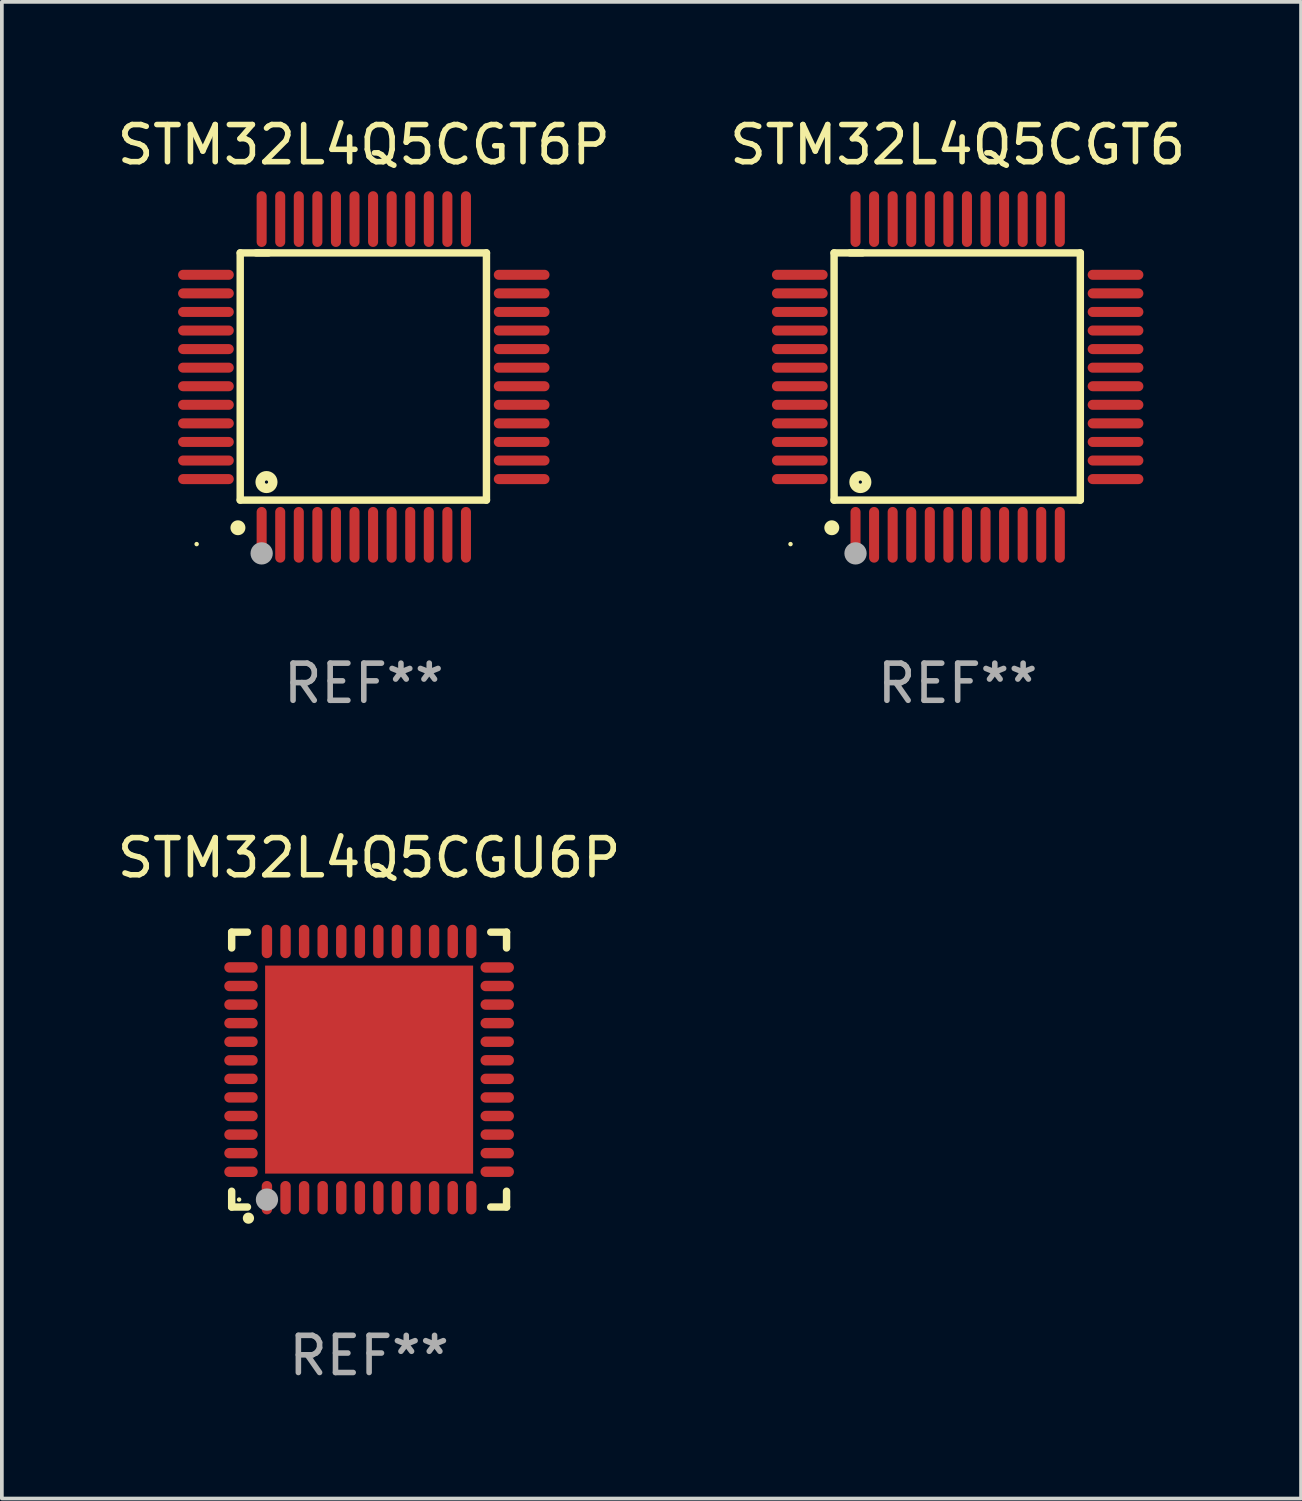
<source format=kicad_pcb>
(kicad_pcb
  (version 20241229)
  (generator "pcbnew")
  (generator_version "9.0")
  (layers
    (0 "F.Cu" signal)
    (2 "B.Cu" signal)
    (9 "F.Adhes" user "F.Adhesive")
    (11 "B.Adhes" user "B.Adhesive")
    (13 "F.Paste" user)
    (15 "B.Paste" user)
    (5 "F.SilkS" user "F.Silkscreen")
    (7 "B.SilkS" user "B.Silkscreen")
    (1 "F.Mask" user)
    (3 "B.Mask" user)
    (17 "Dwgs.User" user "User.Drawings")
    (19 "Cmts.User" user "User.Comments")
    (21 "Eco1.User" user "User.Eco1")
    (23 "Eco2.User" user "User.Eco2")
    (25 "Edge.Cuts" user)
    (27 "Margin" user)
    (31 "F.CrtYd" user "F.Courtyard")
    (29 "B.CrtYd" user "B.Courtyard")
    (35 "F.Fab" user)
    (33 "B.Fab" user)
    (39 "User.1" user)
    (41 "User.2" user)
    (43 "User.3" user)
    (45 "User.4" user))
  (footprint "STM32L4Q5CGT6"
    (layer "F.Cu")
    (at 22.732 7.098)
    (property "Reference" "STM32L4Q5CGT6" (at 0 -6.25 0) (layer "F.SilkS") (effects (font (size 1 1) (thickness 0.15))))
    (attr through_hole)
    (fp_line (start -3.327 -3.34) (end -2.565 -3.34) (stroke (width 0.2) (type solid)) (layer "F.SilkS"))
    (fp_line (start -3.327 3.315) (end -3.327 -3.34) (stroke (width 0.2) (type solid)) (layer "F.SilkS"))
    (fp_line (start -2.896 -3.34) (end 3.302 -3.34) (stroke (width 0.2) (type solid)) (layer "F.SilkS"))
    (fp_line (start 3.302 -3.34) (end 3.302 3.315) (stroke (width 0.2) (type solid)) (layer "F.SilkS"))
    (fp_line (start 3.302 3.315) (end -3.327 3.315) (stroke (width 0.2) (type solid)) (layer "F.SilkS"))
    (fp_arc (start -3.389992 4.059995) (mid -3.388722 4.059991) (end -3.387452 4.059995) (stroke (width 0.4) (type solid)) (layer "F.SilkS"))
    (fp_circle (center -4.5 4.5) (end -4.47 4.5) (stroke (width 0.06) (type solid)) (fill no) (layer "F.SilkS"))
    (fp_circle (center -2.62 2.83) (end -2.45 2.83) (stroke (width 0.254) (type solid)) (fill no) (layer "F.SilkS"))
    (fp_circle (center -2.75 4.75) (end -2.6 4.75) (stroke (width 0.3) (type solid)) (fill no) (layer "F.Fab"))
    (fp_text user "REF**" (at 0 8.25 0) (layer "F.Fab") (effects (font (size 1 1) (thickness 0.15))))
    (pad "1" smd oval (at -2.75 4.25) (size 0.27 1.5) (layers "F.Cu" "F.Mask" "F.Paste"))
    (pad "2" smd oval (at -2.25 4.25) (size 0.27 1.5) (layers "F.Cu" "F.Mask" "F.Paste"))
    (pad "3" smd oval (at -1.75 4.25) (size 0.27 1.5) (layers "F.Cu" "F.Mask" "F.Paste"))
    (pad "4" smd oval (at -1.25 4.25) (size 0.27 1.5) (layers "F.Cu" "F.Mask" "F.Paste"))
    (pad "5" smd oval (at -0.75 4.25) (size 0.27 1.5) (layers "F.Cu" "F.Mask" "F.Paste"))
    (pad "6" smd oval (at -0.25 4.25) (size 0.27 1.5) (layers "F.Cu" "F.Mask" "F.Paste"))
    (pad "7" smd oval (at 0.25 4.25) (size 0.27 1.5) (layers "F.Cu" "F.Mask" "F.Paste"))
    (pad "8" smd oval (at 0.75 4.25) (size 0.27 1.5) (layers "F.Cu" "F.Mask" "F.Paste"))
    (pad "9" smd oval (at 1.25 4.25) (size 0.27 1.5) (layers "F.Cu" "F.Mask" "F.Paste"))
    (pad "10" smd oval (at 1.75 4.25) (size 0.27 1.5) (layers "F.Cu" "F.Mask" "F.Paste"))
    (pad "11" smd oval (at 2.25 4.25) (size 0.27 1.5) (layers "F.Cu" "F.Mask" "F.Paste"))
    (pad "12" smd oval (at 2.75 4.25) (size 0.27 1.5) (layers "F.Cu" "F.Mask" "F.Paste"))
    (pad "13" smd oval (at 4.25 2.75) (size 1.5 0.27) (layers "F.Cu" "F.Mask" "F.Paste"))
    (pad "14" smd oval (at 4.25 2.25) (size 1.5 0.27) (layers "F.Cu" "F.Mask" "F.Paste"))
    (pad "15" smd oval (at 4.25 1.75) (size 1.5 0.27) (layers "F.Cu" "F.Mask" "F.Paste"))
    (pad "16" smd oval (at 4.25 1.25) (size 1.5 0.27) (layers "F.Cu" "F.Mask" "F.Paste"))
    (pad "17" smd oval (at 4.25 0.75) (size 1.5 0.27) (layers "F.Cu" "F.Mask" "F.Paste"))
    (pad "18" smd oval (at 4.25 0.25) (size 1.5 0.27) (layers "F.Cu" "F.Mask" "F.Paste"))
    (pad "19" smd oval (at 4.25 -0.25) (size 1.5 0.27) (layers "F.Cu" "F.Mask" "F.Paste"))
    (pad "20" smd oval (at 4.25 -0.75) (size 1.5 0.27) (layers "F.Cu" "F.Mask" "F.Paste"))
    (pad "21" smd oval (at 4.25 -1.25) (size 1.5 0.27) (layers "F.Cu" "F.Mask" "F.Paste"))
    (pad "22" smd oval (at 4.25 -1.75) (size 1.5 0.27) (layers "F.Cu" "F.Mask" "F.Paste"))
    (pad "23" smd oval (at 4.25 -2.25) (size 1.5 0.27) (layers "F.Cu" "F.Mask" "F.Paste"))
    (pad "24" smd oval (at 4.25 -2.75) (size 1.5 0.27) (layers "F.Cu" "F.Mask" "F.Paste"))
    (pad "25" smd oval (at 2.75 -4.25) (size 0.27 1.5) (layers "F.Cu" "F.Mask" "F.Paste"))
    (pad "26" smd oval (at 2.25 -4.25) (size 0.27 1.5) (layers "F.Cu" "F.Mask" "F.Paste"))
    (pad "27" smd oval (at 1.75 -4.25) (size 0.27 1.5) (layers "F.Cu" "F.Mask" "F.Paste"))
    (pad "28" smd oval (at 1.25 -4.25) (size 0.27 1.5) (layers "F.Cu" "F.Mask" "F.Paste"))
    (pad "29" smd oval (at 0.75 -4.25) (size 0.27 1.5) (layers "F.Cu" "F.Mask" "F.Paste"))
    (pad "30" smd oval (at 0.25 -4.25) (size 0.27 1.5) (layers "F.Cu" "F.Mask" "F.Paste"))
    (pad "31" smd oval (at -0.25 -4.25) (size 0.27 1.5) (layers "F.Cu" "F.Mask" "F.Paste"))
    (pad "32" smd oval (at -0.75 -4.25) (size 0.27 1.5) (layers "F.Cu" "F.Mask" "F.Paste"))
    (pad "33" smd oval (at -1.25 -4.25) (size 0.27 1.5) (layers "F.Cu" "F.Mask" "F.Paste"))
    (pad "34" smd oval (at -1.75 -4.25) (size 0.27 1.5) (layers "F.Cu" "F.Mask" "F.Paste"))
    (pad "35" smd oval (at -2.25 -4.25) (size 0.27 1.5) (layers "F.Cu" "F.Mask" "F.Paste"))
    (pad "36" smd oval (at -2.75 -4.25) (size 0.27 1.5) (layers "F.Cu" "F.Mask" "F.Paste"))
    (pad "37" smd oval (at -4.25 -2.75) (size 1.5 0.27) (layers "F.Cu" "F.Mask" "F.Paste"))
    (pad "38" smd oval (at -4.25 -2.25) (size 1.5 0.27) (layers "F.Cu" "F.Mask" "F.Paste"))
    (pad "39" smd oval (at -4.25 -1.75) (size 1.5 0.27) (layers "F.Cu" "F.Mask" "F.Paste"))
    (pad "40" smd oval (at -4.25 -1.25) (size 1.5 0.27) (layers "F.Cu" "F.Mask" "F.Paste"))
    (pad "41" smd oval (at -4.25 -0.75) (size 1.5 0.27) (layers "F.Cu" "F.Mask" "F.Paste"))
    (pad "42" smd oval (at -4.25 -0.25) (size 1.5 0.27) (layers "F.Cu" "F.Mask" "F.Paste"))
    (pad "43" smd oval (at -4.25 0.25) (size 1.5 0.27) (layers "F.Cu" "F.Mask" "F.Paste"))
    (pad "44" smd oval (at -4.25 0.75) (size 1.5 0.27) (layers "F.Cu" "F.Mask" "F.Paste"))
    (pad "45" smd oval (at -4.25 1.25) (size 1.5 0.27) (layers "F.Cu" "F.Mask" "F.Paste"))
    (pad "46" smd oval (at -4.25 1.75) (size 1.5 0.27) (layers "F.Cu" "F.Mask" "F.Paste"))
    (pad "47" smd oval (at -4.25 2.25) (size 1.5 0.27) (layers "F.Cu" "F.Mask" "F.Paste"))
    (pad "48" smd oval (at -4.25 2.75) (size 1.5 0.27) (layers "F.Cu" "F.Mask" "F.Paste")))
  (footprint "STM32L4Q5CGT6P"
    (layer "F.Cu")
    (at 6.744 7.098)
    (property "Reference" "STM32L4Q5CGT6P" (at 0 -6.25 0) (layer "F.SilkS") (effects (font (size 1 1) (thickness 0.15))))
    (attr through_hole)
    (fp_line (start -3.327 -3.34) (end -2.565 -3.34) (stroke (width 0.2) (type solid)) (layer "F.SilkS"))
    (fp_line (start -3.327 3.315) (end -3.327 -3.34) (stroke (width 0.2) (type solid)) (layer "F.SilkS"))
    (fp_line (start -2.896 -3.34) (end 3.302 -3.34) (stroke (width 0.2) (type solid)) (layer "F.SilkS"))
    (fp_line (start 3.302 -3.34) (end 3.302 3.315) (stroke (width 0.2) (type solid)) (layer "F.SilkS"))
    (fp_line (start 3.302 3.315) (end -3.327 3.315) (stroke (width 0.2) (type solid)) (layer "F.SilkS"))
    (fp_arc (start -3.389992 4.059995) (mid -3.388722 4.059991) (end -3.387452 4.059995) (stroke (width 0.4) (type solid)) (layer "F.SilkS"))
    (fp_circle (center -4.5 4.5) (end -4.47 4.5) (stroke (width 0.06) (type solid)) (fill no) (layer "F.SilkS"))
    (fp_circle (center -2.62 2.83) (end -2.45 2.83) (stroke (width 0.254) (type solid)) (fill no) (layer "F.SilkS"))
    (fp_circle (center -2.75 4.75) (end -2.6 4.75) (stroke (width 0.3) (type solid)) (fill no) (layer "F.Fab"))
    (fp_text user "REF**" (at 0 8.25 0) (layer "F.Fab") (effects (font (size 1 1) (thickness 0.15))))
    (pad "1" smd oval (at -2.75 4.25) (size 0.27 1.5) (layers "F.Cu" "F.Mask" "F.Paste"))
    (pad "2" smd oval (at -2.25 4.25) (size 0.27 1.5) (layers "F.Cu" "F.Mask" "F.Paste"))
    (pad "3" smd oval (at -1.75 4.25) (size 0.27 1.5) (layers "F.Cu" "F.Mask" "F.Paste"))
    (pad "4" smd oval (at -1.25 4.25) (size 0.27 1.5) (layers "F.Cu" "F.Mask" "F.Paste"))
    (pad "5" smd oval (at -0.75 4.25) (size 0.27 1.5) (layers "F.Cu" "F.Mask" "F.Paste"))
    (pad "6" smd oval (at -0.25 4.25) (size 0.27 1.5) (layers "F.Cu" "F.Mask" "F.Paste"))
    (pad "7" smd oval (at 0.25 4.25) (size 0.27 1.5) (layers "F.Cu" "F.Mask" "F.Paste"))
    (pad "8" smd oval (at 0.75 4.25) (size 0.27 1.5) (layers "F.Cu" "F.Mask" "F.Paste"))
    (pad "9" smd oval (at 1.25 4.25) (size 0.27 1.5) (layers "F.Cu" "F.Mask" "F.Paste"))
    (pad "10" smd oval (at 1.75 4.25) (size 0.27 1.5) (layers "F.Cu" "F.Mask" "F.Paste"))
    (pad "11" smd oval (at 2.25 4.25) (size 0.27 1.5) (layers "F.Cu" "F.Mask" "F.Paste"))
    (pad "12" smd oval (at 2.75 4.25) (size 0.27 1.5) (layers "F.Cu" "F.Mask" "F.Paste"))
    (pad "13" smd oval (at 4.25 2.75) (size 1.5 0.27) (layers "F.Cu" "F.Mask" "F.Paste"))
    (pad "14" smd oval (at 4.25 2.25) (size 1.5 0.27) (layers "F.Cu" "F.Mask" "F.Paste"))
    (pad "15" smd oval (at 4.25 1.75) (size 1.5 0.27) (layers "F.Cu" "F.Mask" "F.Paste"))
    (pad "16" smd oval (at 4.25 1.25) (size 1.5 0.27) (layers "F.Cu" "F.Mask" "F.Paste"))
    (pad "17" smd oval (at 4.25 0.75) (size 1.5 0.27) (layers "F.Cu" "F.Mask" "F.Paste"))
    (pad "18" smd oval (at 4.25 0.25) (size 1.5 0.27) (layers "F.Cu" "F.Mask" "F.Paste"))
    (pad "19" smd oval (at 4.25 -0.25) (size 1.5 0.27) (layers "F.Cu" "F.Mask" "F.Paste"))
    (pad "20" smd oval (at 4.25 -0.75) (size 1.5 0.27) (layers "F.Cu" "F.Mask" "F.Paste"))
    (pad "21" smd oval (at 4.25 -1.25) (size 1.5 0.27) (layers "F.Cu" "F.Mask" "F.Paste"))
    (pad "22" smd oval (at 4.25 -1.75) (size 1.5 0.27) (layers "F.Cu" "F.Mask" "F.Paste"))
    (pad "23" smd oval (at 4.25 -2.25) (size 1.5 0.27) (layers "F.Cu" "F.Mask" "F.Paste"))
    (pad "24" smd oval (at 4.25 -2.75) (size 1.5 0.27) (layers "F.Cu" "F.Mask" "F.Paste"))
    (pad "25" smd oval (at 2.75 -4.25) (size 0.27 1.5) (layers "F.Cu" "F.Mask" "F.Paste"))
    (pad "26" smd oval (at 2.25 -4.25) (size 0.27 1.5) (layers "F.Cu" "F.Mask" "F.Paste"))
    (pad "27" smd oval (at 1.75 -4.25) (size 0.27 1.5) (layers "F.Cu" "F.Mask" "F.Paste"))
    (pad "28" smd oval (at 1.25 -4.25) (size 0.27 1.5) (layers "F.Cu" "F.Mask" "F.Paste"))
    (pad "29" smd oval (at 0.75 -4.25) (size 0.27 1.5) (layers "F.Cu" "F.Mask" "F.Paste"))
    (pad "30" smd oval (at 0.25 -4.25) (size 0.27 1.5) (layers "F.Cu" "F.Mask" "F.Paste"))
    (pad "31" smd oval (at -0.25 -4.25) (size 0.27 1.5) (layers "F.Cu" "F.Mask" "F.Paste"))
    (pad "32" smd oval (at -0.75 -4.25) (size 0.27 1.5) (layers "F.Cu" "F.Mask" "F.Paste"))
    (pad "33" smd oval (at -1.25 -4.25) (size 0.27 1.5) (layers "F.Cu" "F.Mask" "F.Paste"))
    (pad "34" smd oval (at -1.75 -4.25) (size 0.27 1.5) (layers "F.Cu" "F.Mask" "F.Paste"))
    (pad "35" smd oval (at -2.25 -4.25) (size 0.27 1.5) (layers "F.Cu" "F.Mask" "F.Paste"))
    (pad "36" smd oval (at -2.75 -4.25) (size 0.27 1.5) (layers "F.Cu" "F.Mask" "F.Paste"))
    (pad "37" smd oval (at -4.25 -2.75) (size 1.5 0.27) (layers "F.Cu" "F.Mask" "F.Paste"))
    (pad "38" smd oval (at -4.25 -2.25) (size 1.5 0.27) (layers "F.Cu" "F.Mask" "F.Paste"))
    (pad "39" smd oval (at -4.25 -1.75) (size 1.5 0.27) (layers "F.Cu" "F.Mask" "F.Paste"))
    (pad "40" smd oval (at -4.25 -1.25) (size 1.5 0.27) (layers "F.Cu" "F.Mask" "F.Paste"))
    (pad "41" smd oval (at -4.25 -0.75) (size 1.5 0.27) (layers "F.Cu" "F.Mask" "F.Paste"))
    (pad "42" smd oval (at -4.25 -0.25) (size 1.5 0.27) (layers "F.Cu" "F.Mask" "F.Paste"))
    (pad "43" smd oval (at -4.25 0.25) (size 1.5 0.27) (layers "F.Cu" "F.Mask" "F.Paste"))
    (pad "44" smd oval (at -4.25 0.75) (size 1.5 0.27) (layers "F.Cu" "F.Mask" "F.Paste"))
    (pad "45" smd oval (at -4.25 1.25) (size 1.5 0.27) (layers "F.Cu" "F.Mask" "F.Paste"))
    (pad "46" smd oval (at -4.25 1.75) (size 1.5 0.27) (layers "F.Cu" "F.Mask" "F.Paste"))
    (pad "47" smd oval (at -4.25 2.25) (size 1.5 0.27) (layers "F.Cu" "F.Mask" "F.Paste"))
    (pad "48" smd oval (at -4.25 2.75) (size 1.5 0.27) (layers "F.Cu" "F.Mask" "F.Paste")))
  (footprint "STM32L4Q5CGU6P"
    (layer "F.Cu")
    (at 6.887 25.745)
    (property "Reference" "STM32L4Q5CGU6P" (at 0 -5.7 0) (layer "F.SilkS") (effects (font (size 1 1) (thickness 0.15))))
    (attr through_hole)
    (fp_line (start -3.7 -3.7) (end -3.275 -3.7) (stroke (width 0.2) (type solid)) (layer "F.SilkS"))
    (fp_line (start -3.7 -3.275) (end -3.7 -3.7) (stroke (width 0.2) (type solid)) (layer "F.SilkS"))
    (fp_line (start -3.7 3.7) (end -3.7 3.275) (stroke (width 0.2) (type solid)) (layer "F.SilkS"))
    (fp_line (start -3.275 3.7) (end -3.7 3.7) (stroke (width 0.2) (type solid)) (layer "F.SilkS"))
    (fp_line (start 3.7 -3.7) (end 3.275 -3.7) (stroke (width 0.2) (type solid)) (layer "F.SilkS"))
    (fp_line (start 3.7 -3.275) (end 3.7 -3.7) (stroke (width 0.2) (type solid)) (layer "F.SilkS"))
    (fp_line (start 3.7 3.275) (end 3.7 3.7) (stroke (width 0.2) (type solid)) (layer "F.SilkS"))
    (fp_line (start 3.7 3.7) (end 3.275 3.7) (stroke (width 0.2) (type solid)) (layer "F.SilkS"))
    (fp_arc (start -3.249936 3.999975) (mid -3.248666 3.99997) (end -3.247396 3.999975) (stroke (width 0.3) (type solid)) (layer "F.SilkS"))
    (fp_circle (center -3.5 3.5) (end -3.47 3.5) (stroke (width 0.06) (type solid)) (fill no) (layer "F.SilkS"))
    (fp_circle (center -2.75 3.5) (end -2.6 3.5) (stroke (width 0.3) (type solid)) (fill no) (layer "F.Fab"))
    (fp_text user "REF**" (at 0 7.7 0) (layer "F.Fab") (effects (font (size 1 1) (thickness 0.15))))
    (pad "1" smd oval (at -2.751 3.449) (size 0.28 0.9) (layers "F.Cu" "F.Mask" "F.Paste"))
    (pad "2" smd oval (at -2.25 3.449) (size 0.28 0.9) (layers "F.Cu" "F.Mask" "F.Paste"))
    (pad "3" smd oval (at -1.75 3.449) (size 0.28 0.9) (layers "F.Cu" "F.Mask" "F.Paste"))
    (pad "4" smd oval (at -1.25 3.449) (size 0.28 0.9) (layers "F.Cu" "F.Mask" "F.Paste"))
    (pad "5" smd oval (at -0.749 3.449) (size 0.28 0.9) (layers "F.Cu" "F.Mask" "F.Paste"))
    (pad "6" smd oval (at -0.249 3.449) (size 0.28 0.9) (layers "F.Cu" "F.Mask" "F.Paste"))
    (pad "7" smd oval (at 0.249 3.449) (size 0.28 0.9) (layers "F.Cu" "F.Mask" "F.Paste"))
    (pad "8" smd oval (at 0.749 3.449) (size 0.28 0.9) (layers "F.Cu" "F.Mask" "F.Paste"))
    (pad "9" smd oval (at 1.25 3.449) (size 0.28 0.9) (layers "F.Cu" "F.Mask" "F.Paste"))
    (pad "10" smd oval (at 1.75 3.449) (size 0.28 0.9) (layers "F.Cu" "F.Mask" "F.Paste"))
    (pad "11" smd oval (at 2.251 3.449) (size 0.28 0.9) (layers "F.Cu" "F.Mask" "F.Paste"))
    (pad "12" smd oval (at 2.751 3.449) (size 0.28 0.9) (layers "F.Cu" "F.Mask" "F.Paste"))
    (pad "13" smd oval (at 3.449 2.75) (size 0.9 0.28) (layers "F.Cu" "F.Mask" "F.Paste"))
    (pad "14" smd oval (at 3.449 2.25) (size 0.9 0.28) (layers "F.Cu" "F.Mask" "F.Paste"))
    (pad "15" smd oval (at 3.449 1.75) (size 0.9 0.28) (layers "F.Cu" "F.Mask" "F.Paste"))
    (pad "16" smd oval (at 3.449 1.25) (size 0.9 0.28) (layers "F.Cu" "F.Mask" "F.Paste"))
    (pad "17" smd oval (at 3.449 0.75) (size 0.9 0.28) (layers "F.Cu" "F.Mask" "F.Paste"))
    (pad "18" smd oval (at 3.449 0.25) (size 0.9 0.28) (layers "F.Cu" "F.Mask" "F.Paste"))
    (pad "19" smd oval (at 3.449 -0.25) (size 0.9 0.28) (layers "F.Cu" "F.Mask" "F.Paste"))
    (pad "20" smd oval (at 3.449 -0.75) (size 0.9 0.28) (layers "F.Cu" "F.Mask" "F.Paste"))
    (pad "21" smd oval (at 3.449 -1.25) (size 0.9 0.28) (layers "F.Cu" "F.Mask" "F.Paste"))
    (pad "22" smd oval (at 3.449 -1.75) (size 0.9 0.28) (layers "F.Cu" "F.Mask" "F.Paste"))
    (pad "23" smd oval (at 3.449 -2.25) (size 0.9 0.28) (layers "F.Cu" "F.Mask" "F.Paste"))
    (pad "24" smd oval (at 3.449 -2.75) (size 0.9 0.28) (layers "F.Cu" "F.Mask" "F.Paste"))
    (pad "25" smd oval (at 2.751 -3.449) (size 0.28 0.9) (layers "F.Cu" "F.Mask" "F.Paste"))
    (pad "26" smd oval (at 2.251 -3.449) (size 0.28 0.9) (layers "F.Cu" "F.Mask" "F.Paste"))
    (pad "27" smd oval (at 1.75 -3.449) (size 0.28 0.9) (layers "F.Cu" "F.Mask" "F.Paste"))
    (pad "28" smd oval (at 1.25 -3.449) (size 0.28 0.9) (layers "F.Cu" "F.Mask" "F.Paste"))
    (pad "29" smd oval (at 0.749 -3.449) (size 0.28 0.9) (layers "F.Cu" "F.Mask" "F.Paste"))
    (pad "30" smd oval (at 0.249 -3.449) (size 0.28 0.9) (layers "F.Cu" "F.Mask" "F.Paste"))
    (pad "31" smd oval (at -0.249 -3.449) (size 0.28 0.9) (layers "F.Cu" "F.Mask" "F.Paste"))
    (pad "32" smd oval (at -0.749 -3.449) (size 0.28 0.9) (layers "F.Cu" "F.Mask" "F.Paste"))
    (pad "33" smd oval (at -1.25 -3.449) (size 0.28 0.9) (layers "F.Cu" "F.Mask" "F.Paste"))
    (pad "34" smd oval (at -1.75 -3.449) (size 0.28 0.9) (layers "F.Cu" "F.Mask" "F.Paste"))
    (pad "35" smd oval (at -2.25 -3.449) (size 0.28 0.9) (layers "F.Cu" "F.Mask" "F.Paste"))
    (pad "36" smd oval (at -2.751 -3.449) (size 0.28 0.9) (layers "F.Cu" "F.Mask" "F.Paste"))
    (pad "37" smd oval (at -3.449 -2.751) (size 0.9 0.28) (layers "F.Cu" "F.Mask" "F.Paste"))
    (pad "38" smd oval (at -3.449 -2.25) (size 0.9 0.28) (layers "F.Cu" "F.Mask" "F.Paste"))
    (pad "39" smd oval (at -3.449 -1.75) (size 0.9 0.28) (layers "F.Cu" "F.Mask" "F.Paste"))
    (pad "40" smd oval (at -3.449 -1.25) (size 0.9 0.28) (layers "F.Cu" "F.Mask" "F.Paste"))
    (pad "41" smd oval (at -3.449 -0.749) (size 0.9 0.28) (layers "F.Cu" "F.Mask" "F.Paste"))
    (pad "42" smd oval (at -3.449 -0.249) (size 0.9 0.28) (layers "F.Cu" "F.Mask" "F.Paste"))
    (pad "43" smd oval (at -3.449 0.249) (size 0.9 0.28) (layers "F.Cu" "F.Mask" "F.Paste"))
    (pad "44" smd oval (at -3.449 0.749) (size 0.9 0.28) (layers "F.Cu" "F.Mask" "F.Paste"))
    (pad "45" smd oval (at -3.449 1.25) (size 0.9 0.28) (layers "F.Cu" "F.Mask" "F.Paste"))
    (pad "46" smd oval (at -3.449 1.75) (size 0.9 0.28) (layers "F.Cu" "F.Mask" "F.Paste"))
    (pad "47" smd oval (at -3.449 2.25) (size 0.9 0.28) (layers "F.Cu" "F.Mask" "F.Paste"))
    (pad "48" smd oval (at -3.449 2.751) (size 0.9 0.28) (layers "F.Cu" "F.Mask" "F.Paste"))
    (pad "49" smd rect (at 0.000076 -0.000025) (size 5.6 5.6) (layers "F.Cu" "F.Mask" "F.Paste")))
  (gr_rect
    (start -3 -3)
    (end 31.976 37.293)
    (stroke (width 0.1) (type default))
    (fill no)
    (layer "Edge.Cuts")))
</source>
